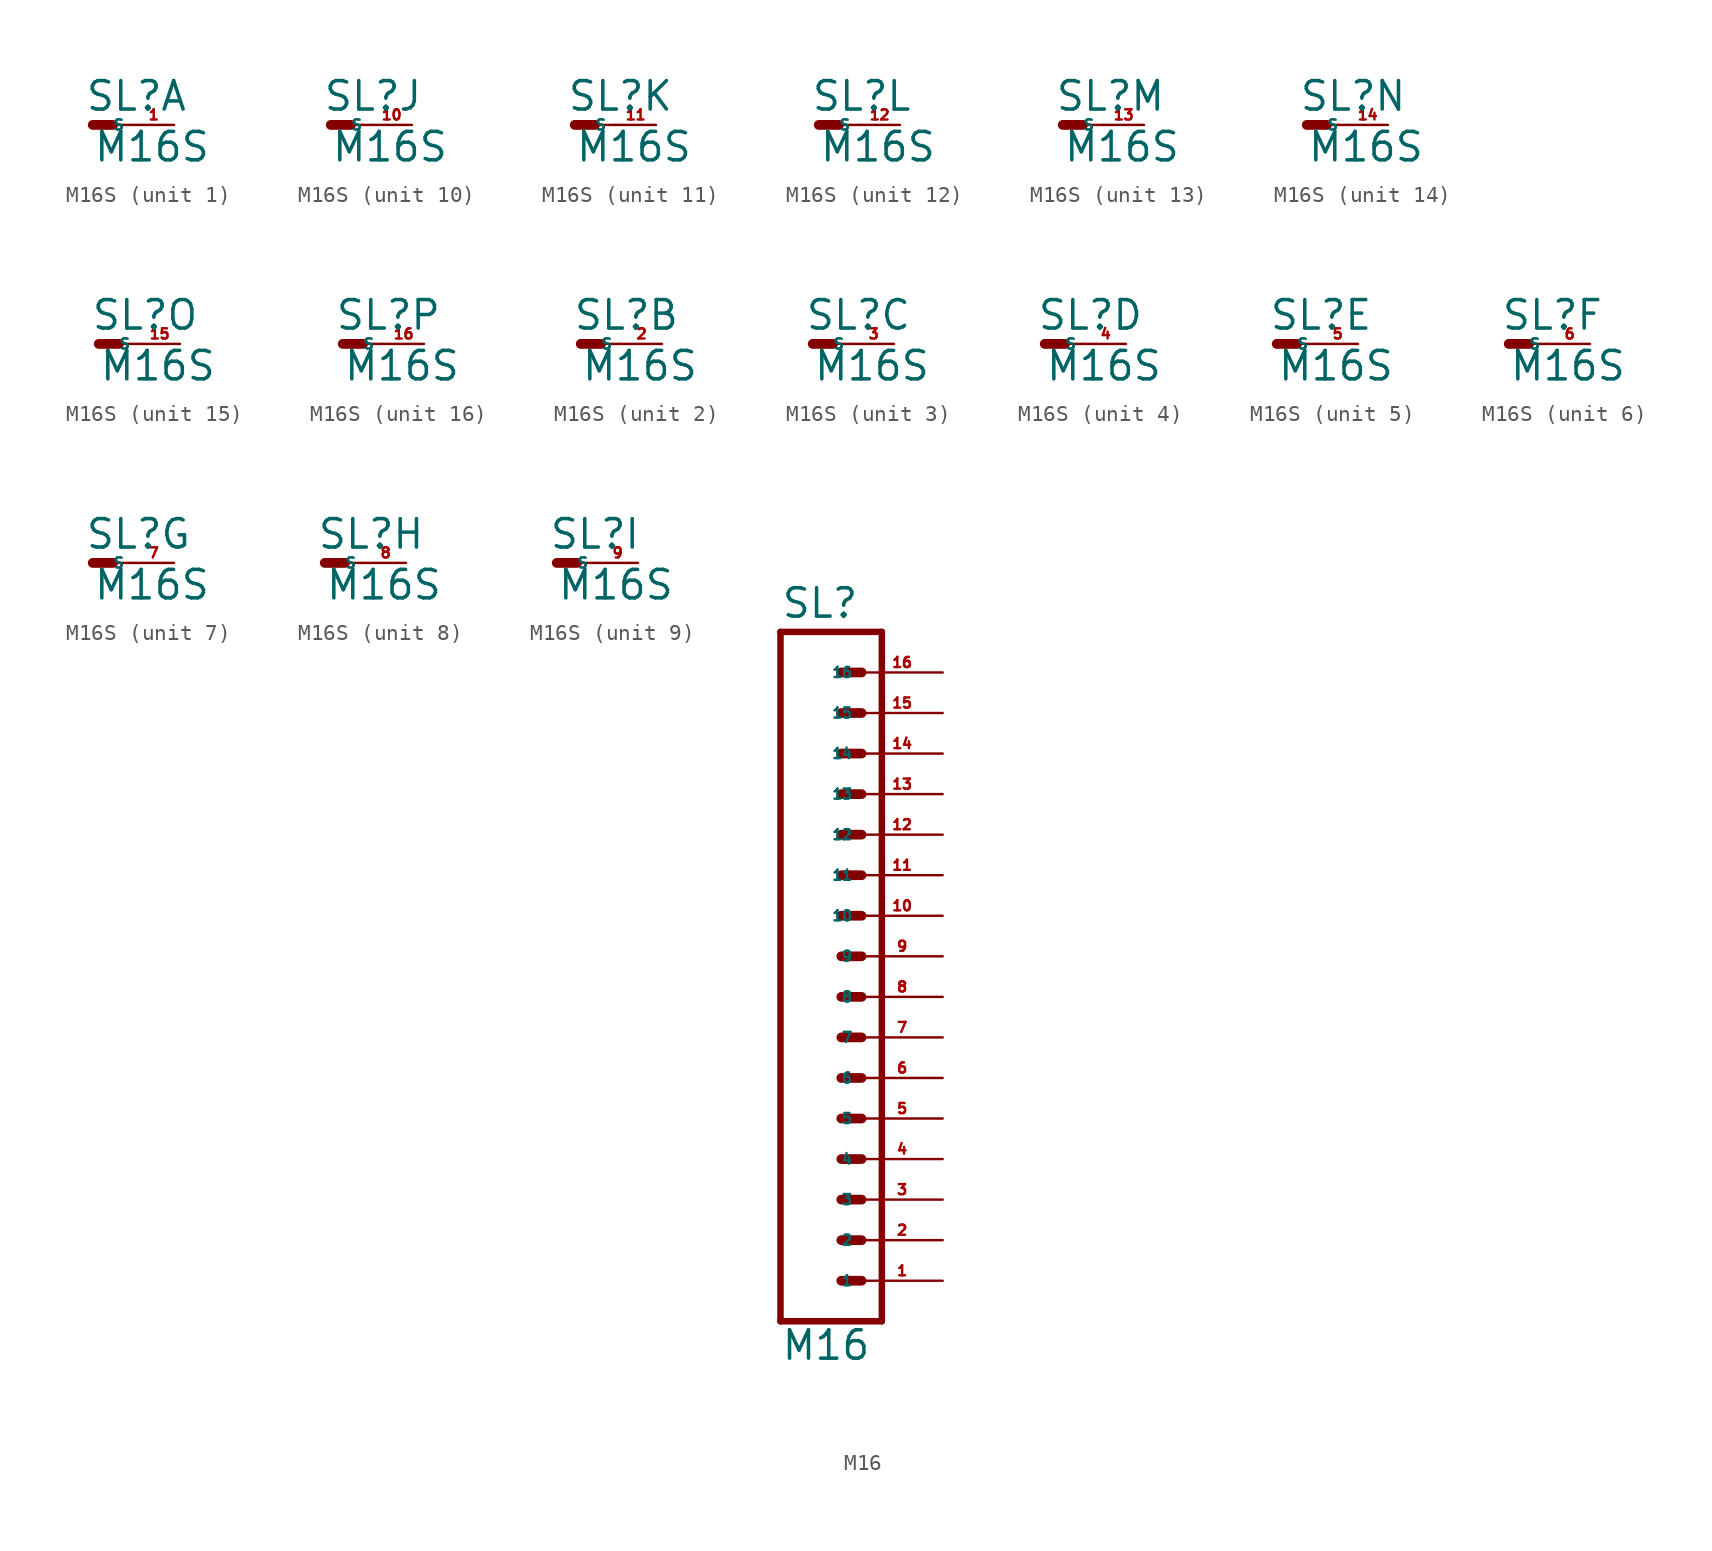
<source format=kicad_sym>
(kicad_symbol_lib
  (version 20220914)
  (generator Eagle2Kicad)
  (symbol "M16S"
    (property "Reference" "SL"
      (at -0.508 0.762 0)
      (effects (font (size 1.778 1.778) (thickness 0.22)) (justify left bottom)))
    (property "Value" "M16S"
      (at 0 -2.413 0)
      (effects (font (size 1.778 1.778) (thickness 0.22)) (justify left bottom)))
    (symbol "M16S_1_0"
      (polyline (pts (xy 0 0) (xy 1.27 0)) (stroke (width 0.61) (type default)) (fill (type none)))
      (polyline (pts (xy 1.27 0) (xy 2.54 0)) (stroke (width 0.152) (type default)) (fill (type none)))
      (pin passive line (at 5.08 0 180) (length 2.54) (name "S" (effects (font (size 0.635 0.635) (thickness 0.08)) (justify left bottom))) (number "1" (effects (font (size 0.635 0.635) (thickness 0.08)) (justify left bottom)))))
    (symbol "M16S_2_0"
      (polyline (pts (xy 0 0) (xy 1.27 0)) (stroke (width 0.61) (type default)) (fill (type none)))
      (polyline (pts (xy 1.27 0) (xy 2.54 0)) (stroke (width 0.152) (type default)) (fill (type none)))
      (pin passive line (at 5.08 0 180) (length 2.54) (name "S" (effects (font (size 0.635 0.635) (thickness 0.08)) (justify left bottom))) (number "2" (effects (font (size 0.635 0.635) (thickness 0.08)) (justify left bottom)))))
    (symbol "M16S_3_0"
      (polyline (pts (xy 0 0) (xy 1.27 0)) (stroke (width 0.61) (type default)) (fill (type none)))
      (polyline (pts (xy 1.27 0) (xy 2.54 0)) (stroke (width 0.152) (type default)) (fill (type none)))
      (pin passive line (at 5.08 0 180) (length 2.54) (name "S" (effects (font (size 0.635 0.635) (thickness 0.08)) (justify left bottom))) (number "3" (effects (font (size 0.635 0.635) (thickness 0.08)) (justify left bottom)))))
    (symbol "M16S_4_0"
      (polyline (pts (xy 0 0) (xy 1.27 0)) (stroke (width 0.61) (type default)) (fill (type none)))
      (polyline (pts (xy 1.27 0) (xy 2.54 0)) (stroke (width 0.152) (type default)) (fill (type none)))
      (pin passive line (at 5.08 0 180) (length 2.54) (name "S" (effects (font (size 0.635 0.635) (thickness 0.08)) (justify left bottom))) (number "4" (effects (font (size 0.635 0.635) (thickness 0.08)) (justify left bottom)))))
    (symbol "M16S_5_0"
      (polyline (pts (xy 0 0) (xy 1.27 0)) (stroke (width 0.61) (type default)) (fill (type none)))
      (polyline (pts (xy 1.27 0) (xy 2.54 0)) (stroke (width 0.152) (type default)) (fill (type none)))
      (pin passive line (at 5.08 0 180) (length 2.54) (name "S" (effects (font (size 0.635 0.635) (thickness 0.08)) (justify left bottom))) (number "5" (effects (font (size 0.635 0.635) (thickness 0.08)) (justify left bottom)))))
    (symbol "M16S_6_0"
      (polyline (pts (xy 0 0) (xy 1.27 0)) (stroke (width 0.61) (type default)) (fill (type none)))
      (polyline (pts (xy 1.27 0) (xy 2.54 0)) (stroke (width 0.152) (type default)) (fill (type none)))
      (pin passive line (at 5.08 0 180) (length 2.54) (name "S" (effects (font (size 0.635 0.635) (thickness 0.08)) (justify left bottom))) (number "6" (effects (font (size 0.635 0.635) (thickness 0.08)) (justify left bottom)))))
    (symbol "M16S_7_0"
      (polyline (pts (xy 0 0) (xy 1.27 0)) (stroke (width 0.61) (type default)) (fill (type none)))
      (polyline (pts (xy 1.27 0) (xy 2.54 0)) (stroke (width 0.152) (type default)) (fill (type none)))
      (pin passive line (at 5.08 0 180) (length 2.54) (name "S" (effects (font (size 0.635 0.635) (thickness 0.08)) (justify left bottom))) (number "7" (effects (font (size 0.635 0.635) (thickness 0.08)) (justify left bottom)))))
    (symbol "M16S_8_0"
      (polyline (pts (xy 0 0) (xy 1.27 0)) (stroke (width 0.61) (type default)) (fill (type none)))
      (polyline (pts (xy 1.27 0) (xy 2.54 0)) (stroke (width 0.152) (type default)) (fill (type none)))
      (pin passive line (at 5.08 0 180) (length 2.54) (name "S" (effects (font (size 0.635 0.635) (thickness 0.08)) (justify left bottom))) (number "8" (effects (font (size 0.635 0.635) (thickness 0.08)) (justify left bottom)))))
    (symbol "M16S_9_0"
      (polyline (pts (xy 0 0) (xy 1.27 0)) (stroke (width 0.61) (type default)) (fill (type none)))
      (polyline (pts (xy 1.27 0) (xy 2.54 0)) (stroke (width 0.152) (type default)) (fill (type none)))
      (pin passive line (at 5.08 0 180) (length 2.54) (name "S" (effects (font (size 0.635 0.635) (thickness 0.08)) (justify left bottom))) (number "9" (effects (font (size 0.635 0.635) (thickness 0.08)) (justify left bottom)))))
    (symbol "M16S_10_0"
      (polyline (pts (xy 0 0) (xy 1.27 0)) (stroke (width 0.61) (type default)) (fill (type none)))
      (polyline (pts (xy 1.27 0) (xy 2.54 0)) (stroke (width 0.152) (type default)) (fill (type none)))
      (pin passive line (at 5.08 0 180) (length 2.54) (name "S" (effects (font (size 0.635 0.635) (thickness 0.08)) (justify left bottom))) (number "10" (effects (font (size 0.635 0.635) (thickness 0.08)) (justify left bottom)))))
    (symbol "M16S_11_0"
      (polyline (pts (xy 0 0) (xy 1.27 0)) (stroke (width 0.61) (type default)) (fill (type none)))
      (polyline (pts (xy 1.27 0) (xy 2.54 0)) (stroke (width 0.152) (type default)) (fill (type none)))
      (pin passive line (at 5.08 0 180) (length 2.54) (name "S" (effects (font (size 0.635 0.635) (thickness 0.08)) (justify left bottom))) (number "11" (effects (font (size 0.635 0.635) (thickness 0.08)) (justify left bottom)))))
    (symbol "M16S_12_0"
      (polyline (pts (xy 0 0) (xy 1.27 0)) (stroke (width 0.61) (type default)) (fill (type none)))
      (polyline (pts (xy 1.27 0) (xy 2.54 0)) (stroke (width 0.152) (type default)) (fill (type none)))
      (pin passive line (at 5.08 0 180) (length 2.54) (name "S" (effects (font (size 0.635 0.635) (thickness 0.08)) (justify left bottom))) (number "12" (effects (font (size 0.635 0.635) (thickness 0.08)) (justify left bottom)))))
    (symbol "M16S_13_0"
      (polyline (pts (xy 0 0) (xy 1.27 0)) (stroke (width 0.61) (type default)) (fill (type none)))
      (polyline (pts (xy 1.27 0) (xy 2.54 0)) (stroke (width 0.152) (type default)) (fill (type none)))
      (pin passive line (at 5.08 0 180) (length 2.54) (name "S" (effects (font (size 0.635 0.635) (thickness 0.08)) (justify left bottom))) (number "13" (effects (font (size 0.635 0.635) (thickness 0.08)) (justify left bottom)))))
    (symbol "M16S_14_0"
      (polyline (pts (xy 0 0) (xy 1.27 0)) (stroke (width 0.61) (type default)) (fill (type none)))
      (polyline (pts (xy 1.27 0) (xy 2.54 0)) (stroke (width 0.152) (type default)) (fill (type none)))
      (pin passive line (at 5.08 0 180) (length 2.54) (name "S" (effects (font (size 0.635 0.635) (thickness 0.08)) (justify left bottom))) (number "14" (effects (font (size 0.635 0.635) (thickness 0.08)) (justify left bottom)))))
    (symbol "M16S_15_0"
      (polyline (pts (xy 0 0) (xy 1.27 0)) (stroke (width 0.61) (type default)) (fill (type none)))
      (polyline (pts (xy 1.27 0) (xy 2.54 0)) (stroke (width 0.152) (type default)) (fill (type none)))
      (pin passive line (at 5.08 0 180) (length 2.54) (name "S" (effects (font (size 0.635 0.635) (thickness 0.08)) (justify left bottom))) (number "15" (effects (font (size 0.635 0.635) (thickness 0.08)) (justify left bottom)))))
    (symbol "M16S_16_0"
      (polyline (pts (xy 0 0) (xy 1.27 0)) (stroke (width 0.61) (type default)) (fill (type none)))
      (polyline (pts (xy 1.27 0) (xy 2.54 0)) (stroke (width 0.152) (type default)) (fill (type none)))
      (pin passive line (at 5.08 0 180) (length 2.54) (name "S" (effects (font (size 0.635 0.635) (thickness 0.08)) (justify left bottom))) (number "16" (effects (font (size 0.635 0.635) (thickness 0.08)) (justify left bottom))))))
  (symbol "M16"
    (property "Reference" "SL"
      (at -5.08 18.542 0)
      (effects (font (size 1.778 1.778) (thickness 0.22)) (justify left bottom)))
    (property "Value" "M16"
      (at -5.08 -27.94 0)
      (effects (font (size 1.778 1.778) (thickness 0.22)) (justify left bottom)))
    (polyline
      (pts (xy 1.27 -25.4) (xy -5.08 -25.4))
      (stroke (width 0.406) (type default))
      (fill (type none)))
    (polyline
      (pts (xy -1.27 -17.78) (xy 0 -17.78))
      (stroke (width 0.61) (type default))
      (fill (type none)))
    (polyline
      (pts (xy -1.27 -20.32) (xy 0 -20.32))
      (stroke (width 0.61) (type default))
      (fill (type none)))
    (polyline
      (pts (xy -1.27 -22.86) (xy 0 -22.86))
      (stroke (width 0.61) (type default))
      (fill (type none)))
    (polyline
      (pts (xy -5.08 17.78) (xy -5.08 -25.4))
      (stroke (width 0.406) (type default))
      (fill (type none)))
    (polyline
      (pts (xy 1.27 -25.4) (xy 1.27 17.78))
      (stroke (width 0.406) (type default))
      (fill (type none)))
    (polyline
      (pts (xy -5.08 17.78) (xy 1.27 17.78))
      (stroke (width 0.406) (type default))
      (fill (type none)))
    (polyline
      (pts (xy -1.27 -12.7) (xy 0 -12.7))
      (stroke (width 0.61) (type default))
      (fill (type none)))
    (polyline
      (pts (xy -1.27 -15.24) (xy 0 -15.24))
      (stroke (width 0.61) (type default))
      (fill (type none)))
    (polyline
      (pts (xy -1.27 -10.16) (xy 0 -10.16))
      (stroke (width 0.61) (type default))
      (fill (type none)))
    (polyline
      (pts (xy -1.27 -7.62) (xy 0 -7.62))
      (stroke (width 0.61) (type default))
      (fill (type none)))
    (polyline
      (pts (xy -1.27 -5.08) (xy 0 -5.08))
      (stroke (width 0.61) (type default))
      (fill (type none)))
    (polyline
      (pts (xy -1.27 -2.54) (xy 0 -2.54))
      (stroke (width 0.61) (type default))
      (fill (type none)))
    (polyline
      (pts (xy -1.27 0) (xy 0 0))
      (stroke (width 0.61) (type default))
      (fill (type none)))
    (polyline
      (pts (xy -1.27 2.54) (xy 0 2.54))
      (stroke (width 0.61) (type default))
      (fill (type none)))
    (polyline
      (pts (xy -1.27 5.08) (xy 0 5.08))
      (stroke (width 0.61) (type default))
      (fill (type none)))
    (polyline
      (pts (xy -1.27 7.62) (xy 0 7.62))
      (stroke (width 0.61) (type default))
      (fill (type none)))
    (polyline
      (pts (xy -1.27 10.16) (xy 0 10.16))
      (stroke (width 0.61) (type default))
      (fill (type none)))
    (polyline
      (pts (xy -1.27 12.7) (xy 0 12.7))
      (stroke (width 0.61) (type default))
      (fill (type none)))
    (polyline
      (pts (xy -1.27 15.24) (xy 0 15.24))
      (stroke (width 0.61) (type default))
      (fill (type none)))
    (pin passive line
      (at 5.08 -22.86 180)
      (length 5.08)
      (name "1" (effects (font (size 0.635 0.635) (thickness 0.08)) (justify left bottom)))
      (number "1" (effects (font (size 0.635 0.635) (thickness 0.08)) (justify left bottom))))
    (pin passive line
      (at 5.08 -20.32 180)
      (length 5.08)
      (name "2" (effects (font (size 0.635 0.635) (thickness 0.08)) (justify left bottom)))
      (number "2" (effects (font (size 0.635 0.635) (thickness 0.08)) (justify left bottom))))
    (pin passive line
      (at 5.08 -17.78 180)
      (length 5.08)
      (name "3" (effects (font (size 0.635 0.635) (thickness 0.08)) (justify left bottom)))
      (number "3" (effects (font (size 0.635 0.635) (thickness 0.08)) (justify left bottom))))
    (pin passive line
      (at 5.08 -15.24 180)
      (length 5.08)
      (name "4" (effects (font (size 0.635 0.635) (thickness 0.08)) (justify left bottom)))
      (number "4" (effects (font (size 0.635 0.635) (thickness 0.08)) (justify left bottom))))
    (pin passive line
      (at 5.08 -12.7 180)
      (length 5.08)
      (name "5" (effects (font (size 0.635 0.635) (thickness 0.08)) (justify left bottom)))
      (number "5" (effects (font (size 0.635 0.635) (thickness 0.08)) (justify left bottom))))
    (pin passive line
      (at 5.08 -10.16 180)
      (length 5.08)
      (name "6" (effects (font (size 0.635 0.635) (thickness 0.08)) (justify left bottom)))
      (number "6" (effects (font (size 0.635 0.635) (thickness 0.08)) (justify left bottom))))
    (pin passive line
      (at 5.08 -7.62 180)
      (length 5.08)
      (name "7" (effects (font (size 0.635 0.635) (thickness 0.08)) (justify left bottom)))
      (number "7" (effects (font (size 0.635 0.635) (thickness 0.08)) (justify left bottom))))
    (pin passive line
      (at 5.08 -5.08 180)
      (length 5.08)
      (name "8" (effects (font (size 0.635 0.635) (thickness 0.08)) (justify left bottom)))
      (number "8" (effects (font (size 0.635 0.635) (thickness 0.08)) (justify left bottom))))
    (pin passive line
      (at 5.08 -2.54 180)
      (length 5.08)
      (name "9" (effects (font (size 0.635 0.635) (thickness 0.08)) (justify left bottom)))
      (number "9" (effects (font (size 0.635 0.635) (thickness 0.08)) (justify left bottom))))
    (pin passive line
      (at 5.08 0 180)
      (length 5.08)
      (name "10" (effects (font (size 0.635 0.635) (thickness 0.08)) (justify left bottom)))
      (number "10" (effects (font (size 0.635 0.635) (thickness 0.08)) (justify left bottom))))
    (pin passive line
      (at 5.08 2.54 180)
      (length 5.08)
      (name "11" (effects (font (size 0.635 0.635) (thickness 0.08)) (justify left bottom)))
      (number "11" (effects (font (size 0.635 0.635) (thickness 0.08)) (justify left bottom))))
    (pin passive line
      (at 5.08 5.08 180)
      (length 5.08)
      (name "12" (effects (font (size 0.635 0.635) (thickness 0.08)) (justify left bottom)))
      (number "12" (effects (font (size 0.635 0.635) (thickness 0.08)) (justify left bottom))))
    (pin passive line
      (at 5.08 7.62 180)
      (length 5.08)
      (name "13" (effects (font (size 0.635 0.635) (thickness 0.08)) (justify left bottom)))
      (number "13" (effects (font (size 0.635 0.635) (thickness 0.08)) (justify left bottom))))
    (pin passive line
      (at 5.08 10.16 180)
      (length 5.08)
      (name "14" (effects (font (size 0.635 0.635) (thickness 0.08)) (justify left bottom)))
      (number "14" (effects (font (size 0.635 0.635) (thickness 0.08)) (justify left bottom))))
    (pin passive line
      (at 5.08 12.7 180)
      (length 5.08)
      (name "15" (effects (font (size 0.635 0.635) (thickness 0.08)) (justify left bottom)))
      (number "15" (effects (font (size 0.635 0.635) (thickness 0.08)) (justify left bottom))))
    (pin passive line
      (at 5.08 15.24 180)
      (length 5.08)
      (name "16" (effects (font (size 0.635 0.635) (thickness 0.08)) (justify left bottom)))
      (number "16" (effects (font (size 0.635 0.635) (thickness 0.08)) (justify left bottom))))))
</source>
